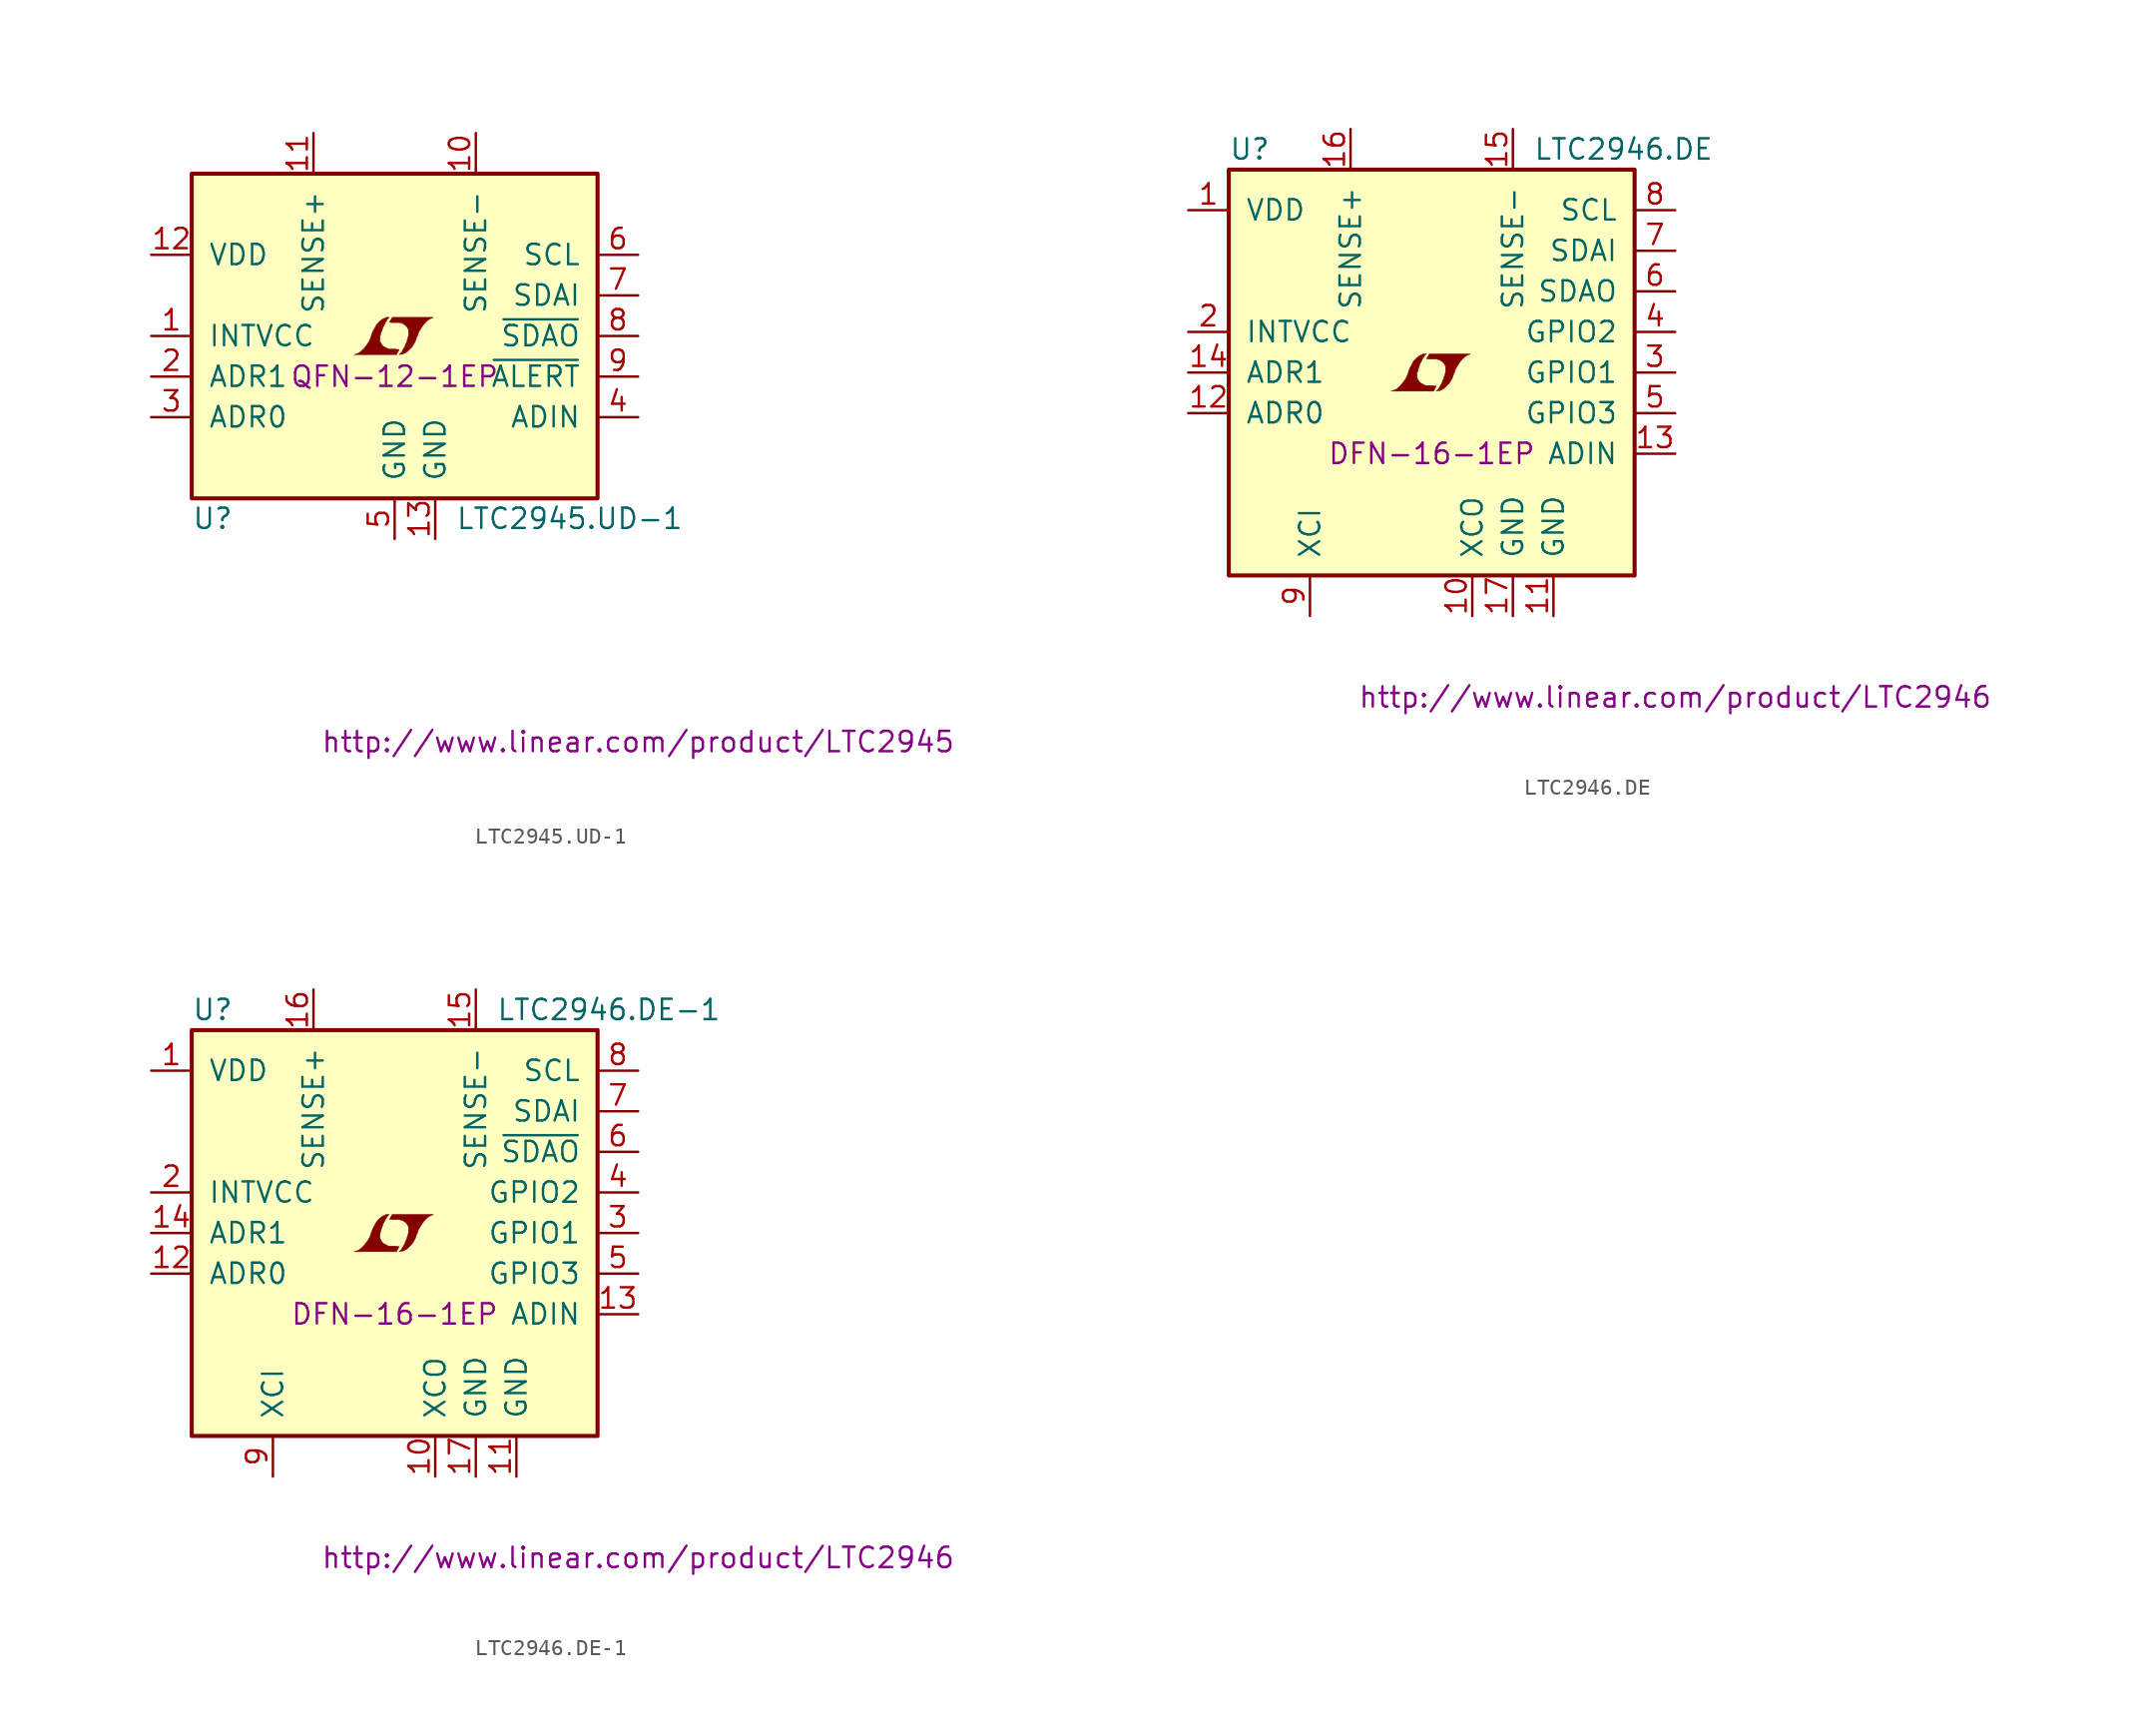
<source format=kicad_sym>
(kicad_symbol_lib
  (version 20201005)
  (generator kicad_symbol_editor)
  (symbol "LTC2945.UD-1"
    (pin_names
      (offset 1.016))
    (property "Reference" "U"
      (at -12.7 -11.43 0)
      (effects (font (size 1.27 1.27)) (justify left)))
    (property "Value" "LTC2945.UD-1"
      (at 3.81 -11.43 0)
      (effects (font (size 1.27 1.27)) (justify left)))
    (property "Footprint" "QFN-12-1EP"
      (at 0 -2.54 0)
      (effects (font (size 1.27 1.27))))
    (property "Datasheet" "http://www.linear.com/product/LTC2945"
      (at 15.24 -25.4 0)
      (effects (font (size 1.27 1.27))))
    (symbol "LTC2945.UD-1_0_0"
      (polyline (pts (xy 0.203 -0.991) (xy 0.229 -0.965) (xy 0.279 -0.864) (xy 0.279 -0.838) (xy 0.152 -0.838) (xy 0.051 -0.813) (xy -0.406 -0.813) (xy -0.432 -0.787) (xy -0.686 -0.66) (xy -0.787 -0.559) (xy -0.864 -0.432) (xy -0.914 -0.33) (xy -0.914 -0.025) (xy -0.864 0.127) (xy -0.838 0.229) (xy -0.813 0.305) (xy -0.762 0.432) (xy -0.711 0.584) (xy -0.635 0.711) (xy -0.584 0.838) (xy -0.508 0.94) (xy -0.457 1.041) (xy -0.33 1.168) (xy -0.508 1.168) (xy -0.635 1.118) (xy -0.737 1.067) (xy -0.813 1.016) (xy -0.94 0.914) (xy -1.118 0.737) (xy -1.372 0.279) (xy -1.473 0) (xy -1.473 -0.051) (xy -1.524 -0.152) (xy -1.575 -0.279) (xy -1.626 -0.381) (xy -1.753 -0.559) (xy -1.905 -0.762) (xy -2.057 -0.914) (xy -2.21 -1.041) (xy -2.388 -1.118) (xy -2.54 -1.168) (xy 0.127 -1.168) (xy 0.203 -0.991)) (stroke (width 0.025)) (fill (type outline)))
      (polyline (pts (xy 0.406 -1.143) (xy 0.483 -1.143) (xy 0.66 -1.067) (xy 0.813 -0.965) (xy 1.092 -0.686) (xy 1.219 -0.483) (xy 1.321 -0.279) (xy 1.397 -0.025) (xy 1.422 -0.025) (xy 1.499 0.229) (xy 1.753 0.635) (xy 1.905 0.813) (xy 2.057 0.965) (xy 2.21 1.067) (xy 2.388 1.143) (xy 2.413 1.143) (xy 2.413 1.168) (xy -0.152 1.168) (xy -0.229 1.016) (xy -0.254 0.991) (xy -0.305 0.889) (xy -0.33 0.864) (xy -0.279 0.864) (xy -0.229 0.838) (xy 0.305 0.838) (xy 0.356 0.813) (xy 0.406 0.813) (xy 0.483 0.787) (xy 0.61 0.711) (xy 0.737 0.61) (xy 0.813 0.483) (xy 0.838 0.432) (xy 0.864 0.406) (xy 0.864 0) (xy 0.838 -0.051) (xy 0.838 -0.127) (xy 0.787 -0.229) (xy 0.762 -0.356) (xy 0.686 -0.508) (xy 0.635 -0.66) (xy 0.483 -0.914) (xy 0.432 -1.016) (xy 0.279 -1.168) (xy 0.406 -1.143)) (stroke (width 0.025)) (fill (type outline))))
    (symbol "LTC2945.UD-1_0_1"
      (rectangle (start -12.7 10.16) (end 12.7 -10.16) (stroke (width 0.254)) (fill (type background))))
    (symbol "LTC2945.UD-1_1_1"
      (pin passive line (at -15.24 0 0) (length 2.54) (name "INTVCC" (effects (font (size 1.27 1.27)))) (number "1" (effects (font (size 1.27 1.27)))))
      (pin input line (at -15.24 -2.54 0) (length 2.54) (name "ADR1" (effects (font (size 1.27 1.27)))) (number "2" (effects (font (size 1.27 1.27)))))
      (pin input line (at -15.24 -5.08 0) (length 2.54) (name "ADR0" (effects (font (size 1.27 1.27)))) (number "3" (effects (font (size 1.27 1.27)))))
      (pin passive line (at 15.24 -5.08 180) (length 2.54) (name "ADIN" (effects (font (size 1.27 1.27)))) (number "4" (effects (font (size 1.27 1.27)))))
      (pin power_in line (at 0 -12.7 90) (length 2.54) (name "GND" (effects (font (size 1.27 1.27)))) (number "5" (effects (font (size 1.27 1.27)))))
      (pin input line (at 15.24 5.08 180) (length 2.54) (name "SCL" (effects (font (size 1.27 1.27)))) (number "6" (effects (font (size 1.27 1.27)))))
      (pin input line (at 15.24 2.54 180) (length 2.54) (name "SDAI" (effects (font (size 1.27 1.27)))) (number "7" (effects (font (size 1.27 1.27)))))
      (pin output line (at 15.24 0 180) (length 2.54) (name "~SDAO~" (effects (font (size 1.27 1.27)))) (number "8" (effects (font (size 1.27 1.27)))))
      (pin output line (at 15.24 -2.54 180) (length 2.54) (name "~ALERT~" (effects (font (size 1.27 1.27)))) (number "9" (effects (font (size 1.27 1.27)))))
      (pin passive line (at 5.08 12.7 270) (length 2.54) (name "SENSE-" (effects (font (size 1.27 1.27)))) (number "10" (effects (font (size 1.27 1.27)))))
      (pin passive line (at -5.08 12.7 270) (length 2.54) (name "SENSE+" (effects (font (size 1.27 1.27)))) (number "11" (effects (font (size 1.27 1.27)))))
      (pin power_in line (at -15.24 5.08 0) (length 2.54) (name "VDD" (effects (font (size 1.27 1.27)))) (number "12" (effects (font (size 1.27 1.27)))))
      (pin power_in line (at 2.54 -12.7 90) (length 2.54) (name "GND" (effects (font (size 1.27 1.27)))) (number "13" (effects (font (size 1.27 1.27)))))))
  (symbol "LTC2946.DE"
    (pin_names
      (offset 1.016))
    (property "Reference" "U"
      (at -12.7 13.97 0)
      (effects (font (size 1.27 1.27)) (justify left)))
    (property "Value" "LTC2946.DE"
      (at 6.35 13.97 0)
      (effects (font (size 1.27 1.27)) (justify left)))
    (property "Footprint" "DFN-16-1EP"
      (at 0 -5.08 0)
      (effects (font (size 1.27 1.27))))
    (property "Datasheet" "http://www.linear.com/product/LTC2946"
      (at 15.24 -20.32 0)
      (effects (font (size 1.27 1.27))))
    (symbol "LTC2946.DE_0_0"
      (polyline (pts (xy 0.203 -0.991) (xy 0.229 -0.965) (xy 0.279 -0.864) (xy 0.279 -0.838) (xy 0.152 -0.838) (xy 0.051 -0.813) (xy -0.406 -0.813) (xy -0.432 -0.787) (xy -0.686 -0.66) (xy -0.787 -0.559) (xy -0.864 -0.432) (xy -0.914 -0.33) (xy -0.914 -0.025) (xy -0.864 0.127) (xy -0.838 0.229) (xy -0.813 0.305) (xy -0.762 0.432) (xy -0.711 0.584) (xy -0.635 0.711) (xy -0.584 0.838) (xy -0.508 0.94) (xy -0.457 1.041) (xy -0.33 1.168) (xy -0.508 1.168) (xy -0.635 1.118) (xy -0.737 1.067) (xy -0.813 1.016) (xy -0.94 0.914) (xy -1.118 0.737) (xy -1.372 0.279) (xy -1.473 0) (xy -1.473 -0.051) (xy -1.524 -0.152) (xy -1.575 -0.279) (xy -1.626 -0.381) (xy -1.753 -0.559) (xy -1.905 -0.762) (xy -2.057 -0.914) (xy -2.21 -1.041) (xy -2.388 -1.118) (xy -2.54 -1.168) (xy 0.127 -1.168) (xy 0.203 -0.991)) (stroke (width 0.025)) (fill (type outline)))
      (polyline (pts (xy 0.406 -1.143) (xy 0.483 -1.143) (xy 0.66 -1.067) (xy 0.813 -0.965) (xy 1.092 -0.686) (xy 1.219 -0.483) (xy 1.321 -0.279) (xy 1.397 -0.025) (xy 1.422 -0.025) (xy 1.499 0.229) (xy 1.753 0.635) (xy 1.905 0.813) (xy 2.057 0.965) (xy 2.21 1.067) (xy 2.388 1.143) (xy 2.413 1.143) (xy 2.413 1.168) (xy -0.152 1.168) (xy -0.229 1.016) (xy -0.254 0.991) (xy -0.305 0.889) (xy -0.33 0.864) (xy -0.279 0.864) (xy -0.229 0.838) (xy 0.305 0.838) (xy 0.356 0.813) (xy 0.406 0.813) (xy 0.483 0.787) (xy 0.61 0.711) (xy 0.737 0.61) (xy 0.813 0.483) (xy 0.838 0.432) (xy 0.864 0.406) (xy 0.864 0) (xy 0.838 -0.051) (xy 0.838 -0.127) (xy 0.787 -0.229) (xy 0.762 -0.356) (xy 0.686 -0.508) (xy 0.635 -0.66) (xy 0.483 -0.914) (xy 0.432 -1.016) (xy 0.279 -1.168) (xy 0.406 -1.143)) (stroke (width 0.025)) (fill (type outline))))
    (symbol "LTC2946.DE_0_1"
      (rectangle (start -12.7 12.7) (end 12.7 -12.7) (stroke (width 0.254)) (fill (type background))))
    (symbol "LTC2946.DE_1_1"
      (pin power_in line (at -15.24 10.16 0) (length 2.54) (name "VDD" (effects (font (size 1.27 1.27)))) (number "1" (effects (font (size 1.27 1.27)))))
      (pin passive line (at -15.24 2.54 0) (length 2.54) (name "INTVCC" (effects (font (size 1.27 1.27)))) (number "2" (effects (font (size 1.27 1.27)))))
      (pin passive line (at 15.24 0 180) (length 2.54) (name "GPIO1" (effects (font (size 1.27 1.27)))) (number "3" (effects (font (size 1.27 1.27)))))
      (pin passive line (at 15.24 2.54 180) (length 2.54) (name "GPIO2" (effects (font (size 1.27 1.27)))) (number "4" (effects (font (size 1.27 1.27)))))
      (pin passive line (at 15.24 -2.54 180) (length 2.54) (name "GPIO3" (effects (font (size 1.27 1.27)))) (number "5" (effects (font (size 1.27 1.27)))))
      (pin output line (at 15.24 5.08 180) (length 2.54) (name "SDAO" (effects (font (size 1.27 1.27)))) (number "6" (effects (font (size 1.27 1.27)))))
      (pin input line (at 15.24 7.62 180) (length 2.54) (name "SDAI" (effects (font (size 1.27 1.27)))) (number "7" (effects (font (size 1.27 1.27)))))
      (pin input line (at 15.24 10.16 180) (length 2.54) (name "SCL" (effects (font (size 1.27 1.27)))) (number "8" (effects (font (size 1.27 1.27)))))
      (pin passive line (at -7.62 -15.24 90) (length 2.54) (name "XCI" (effects (font (size 1.27 1.27)))) (number "9" (effects (font (size 1.27 1.27)))))
      (pin passive line (at 2.54 -15.24 90) (length 2.54) (name "XCO" (effects (font (size 1.27 1.27)))) (number "10" (effects (font (size 1.27 1.27)))))
      (pin power_in line (at 7.62 -15.24 90) (length 2.54) (name "GND" (effects (font (size 1.27 1.27)))) (number "11" (effects (font (size 1.27 1.27)))))
      (pin input line (at -15.24 -2.54 0) (length 2.54) (name "ADR0" (effects (font (size 1.27 1.27)))) (number "12" (effects (font (size 1.27 1.27)))))
      (pin passive line (at 15.24 -5.08 180) (length 2.54) (name "ADIN" (effects (font (size 1.27 1.27)))) (number "13" (effects (font (size 1.27 1.27)))))
      (pin input line (at -15.24 0 0) (length 2.54) (name "ADR1" (effects (font (size 1.27 1.27)))) (number "14" (effects (font (size 1.27 1.27)))))
      (pin passive line (at 5.08 15.24 270) (length 2.54) (name "SENSE-" (effects (font (size 1.27 1.27)))) (number "15" (effects (font (size 1.27 1.27)))))
      (pin passive line (at -5.08 15.24 270) (length 2.54) (name "SENSE+" (effects (font (size 1.27 1.27)))) (number "16" (effects (font (size 1.27 1.27)))))
      (pin power_in line (at 5.08 -15.24 90) (length 2.54) (name "GND" (effects (font (size 1.27 1.27)))) (number "17" (effects (font (size 1.27 1.27)))))))
  (symbol "LTC2946.DE-1"
    (pin_names
      (offset 1.016))
    (property "Reference" "U"
      (at -12.7 13.97 0)
      (effects (font (size 1.27 1.27)) (justify left)))
    (property "Value" "LTC2946.DE-1"
      (at 6.35 13.97 0)
      (effects (font (size 1.27 1.27)) (justify left)))
    (property "Footprint" "DFN-16-1EP"
      (at 0 -5.08 0)
      (effects (font (size 1.27 1.27))))
    (property "Datasheet" "http://www.linear.com/product/LTC2946"
      (at 15.24 -20.32 0)
      (effects (font (size 1.27 1.27))))
    (symbol "LTC2946.DE-1_0_0"
      (polyline (pts (xy 0.203 -0.991) (xy 0.229 -0.965) (xy 0.279 -0.864) (xy 0.279 -0.838) (xy 0.152 -0.838) (xy 0.051 -0.813) (xy -0.406 -0.813) (xy -0.432 -0.787) (xy -0.686 -0.66) (xy -0.787 -0.559) (xy -0.864 -0.432) (xy -0.914 -0.33) (xy -0.914 -0.025) (xy -0.864 0.127) (xy -0.838 0.229) (xy -0.813 0.305) (xy -0.762 0.432) (xy -0.711 0.584) (xy -0.635 0.711) (xy -0.584 0.838) (xy -0.508 0.94) (xy -0.457 1.041) (xy -0.33 1.168) (xy -0.508 1.168) (xy -0.635 1.118) (xy -0.737 1.067) (xy -0.813 1.016) (xy -0.94 0.914) (xy -1.118 0.737) (xy -1.372 0.279) (xy -1.473 0) (xy -1.473 -0.051) (xy -1.524 -0.152) (xy -1.575 -0.279) (xy -1.626 -0.381) (xy -1.753 -0.559) (xy -1.905 -0.762) (xy -2.057 -0.914) (xy -2.21 -1.041) (xy -2.388 -1.118) (xy -2.54 -1.168) (xy 0.127 -1.168) (xy 0.203 -0.991)) (stroke (width 0.025)) (fill (type outline)))
      (polyline (pts (xy 0.406 -1.143) (xy 0.483 -1.143) (xy 0.66 -1.067) (xy 0.813 -0.965) (xy 1.092 -0.686) (xy 1.219 -0.483) (xy 1.321 -0.279) (xy 1.397 -0.025) (xy 1.422 -0.025) (xy 1.499 0.229) (xy 1.753 0.635) (xy 1.905 0.813) (xy 2.057 0.965) (xy 2.21 1.067) (xy 2.388 1.143) (xy 2.413 1.143) (xy 2.413 1.168) (xy -0.152 1.168) (xy -0.229 1.016) (xy -0.254 0.991) (xy -0.305 0.889) (xy -0.33 0.864) (xy -0.279 0.864) (xy -0.229 0.838) (xy 0.305 0.838) (xy 0.356 0.813) (xy 0.406 0.813) (xy 0.483 0.787) (xy 0.61 0.711) (xy 0.737 0.61) (xy 0.813 0.483) (xy 0.838 0.432) (xy 0.864 0.406) (xy 0.864 0) (xy 0.838 -0.051) (xy 0.838 -0.127) (xy 0.787 -0.229) (xy 0.762 -0.356) (xy 0.686 -0.508) (xy 0.635 -0.66) (xy 0.483 -0.914) (xy 0.432 -1.016) (xy 0.279 -1.168) (xy 0.406 -1.143)) (stroke (width 0.025)) (fill (type outline))))
    (symbol "LTC2946.DE-1_0_1"
      (rectangle (start -12.7 12.7) (end 12.7 -12.7) (stroke (width 0.254)) (fill (type background))))
    (symbol "LTC2946.DE-1_1_1"
      (pin power_in line (at -15.24 10.16 0) (length 2.54) (name "VDD" (effects (font (size 1.27 1.27)))) (number "1" (effects (font (size 1.27 1.27)))))
      (pin passive line (at -15.24 2.54 0) (length 2.54) (name "INTVCC" (effects (font (size 1.27 1.27)))) (number "2" (effects (font (size 1.27 1.27)))))
      (pin passive line (at 15.24 0 180) (length 2.54) (name "GPIO1" (effects (font (size 1.27 1.27)))) (number "3" (effects (font (size 1.27 1.27)))))
      (pin passive line (at 15.24 2.54 180) (length 2.54) (name "GPIO2" (effects (font (size 1.27 1.27)))) (number "4" (effects (font (size 1.27 1.27)))))
      (pin passive line (at 15.24 -2.54 180) (length 2.54) (name "GPIO3" (effects (font (size 1.27 1.27)))) (number "5" (effects (font (size 1.27 1.27)))))
      (pin output line (at 15.24 5.08 180) (length 2.54) (name "~SDAO~" (effects (font (size 1.27 1.27)))) (number "6" (effects (font (size 1.27 1.27)))))
      (pin input line (at 15.24 7.62 180) (length 2.54) (name "SDAI" (effects (font (size 1.27 1.27)))) (number "7" (effects (font (size 1.27 1.27)))))
      (pin input line (at 15.24 10.16 180) (length 2.54) (name "SCL" (effects (font (size 1.27 1.27)))) (number "8" (effects (font (size 1.27 1.27)))))
      (pin passive line (at -7.62 -15.24 90) (length 2.54) (name "XCI" (effects (font (size 1.27 1.27)))) (number "9" (effects (font (size 1.27 1.27)))))
      (pin passive line (at 2.54 -15.24 90) (length 2.54) (name "XCO" (effects (font (size 1.27 1.27)))) (number "10" (effects (font (size 1.27 1.27)))))
      (pin power_in line (at 7.62 -15.24 90) (length 2.54) (name "GND" (effects (font (size 1.27 1.27)))) (number "11" (effects (font (size 1.27 1.27)))))
      (pin input line (at -15.24 -2.54 0) (length 2.54) (name "ADR0" (effects (font (size 1.27 1.27)))) (number "12" (effects (font (size 1.27 1.27)))))
      (pin passive line (at 15.24 -5.08 180) (length 2.54) (name "ADIN" (effects (font (size 1.27 1.27)))) (number "13" (effects (font (size 1.27 1.27)))))
      (pin input line (at -15.24 0 0) (length 2.54) (name "ADR1" (effects (font (size 1.27 1.27)))) (number "14" (effects (font (size 1.27 1.27)))))
      (pin passive line (at 5.08 15.24 270) (length 2.54) (name "SENSE-" (effects (font (size 1.27 1.27)))) (number "15" (effects (font (size 1.27 1.27)))))
      (pin passive line (at -5.08 15.24 270) (length 2.54) (name "SENSE+" (effects (font (size 1.27 1.27)))) (number "16" (effects (font (size 1.27 1.27)))))
      (pin power_in line (at 5.08 -15.24 90) (length 2.54) (name "GND" (effects (font (size 1.27 1.27)))) (number "17" (effects (font (size 1.27 1.27))))))))
</source>
